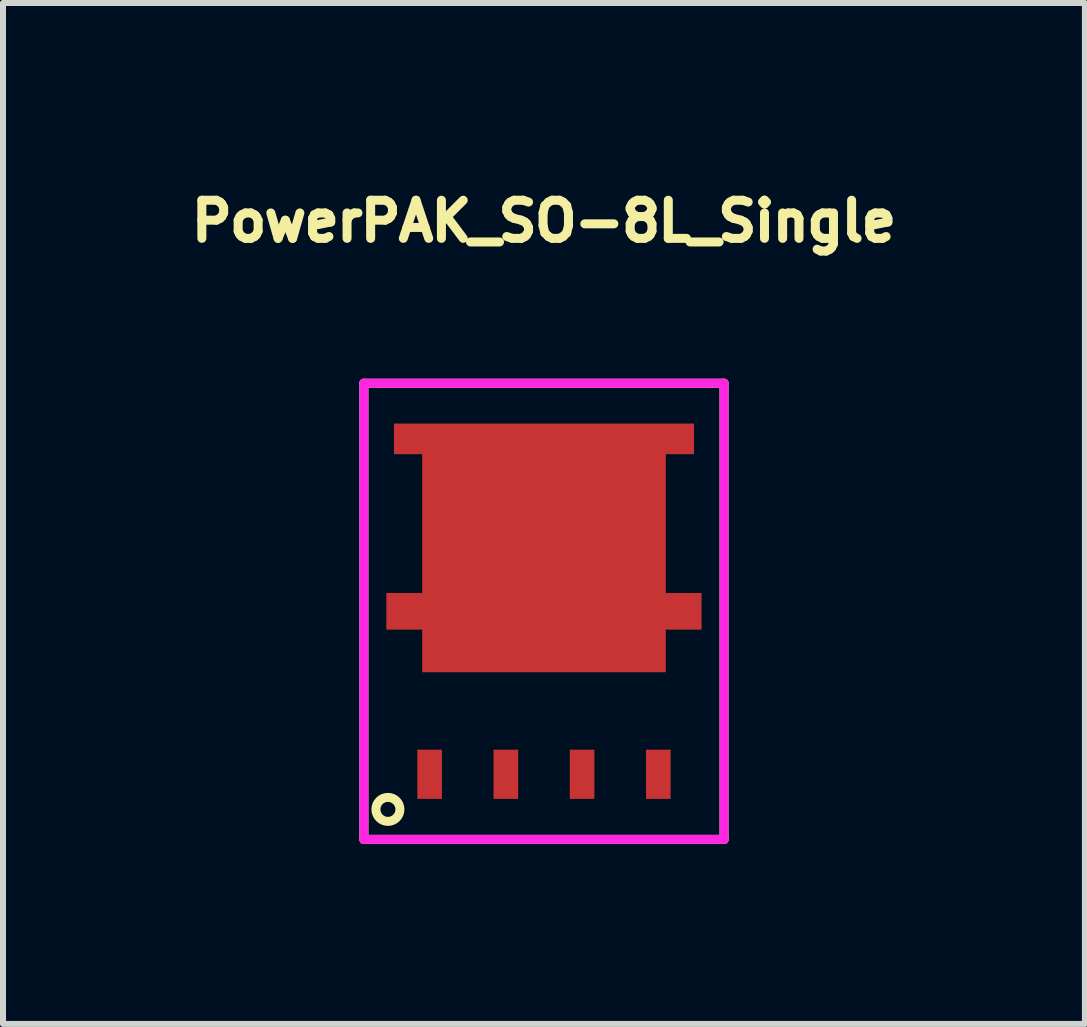
<source format=kicad_pcb>
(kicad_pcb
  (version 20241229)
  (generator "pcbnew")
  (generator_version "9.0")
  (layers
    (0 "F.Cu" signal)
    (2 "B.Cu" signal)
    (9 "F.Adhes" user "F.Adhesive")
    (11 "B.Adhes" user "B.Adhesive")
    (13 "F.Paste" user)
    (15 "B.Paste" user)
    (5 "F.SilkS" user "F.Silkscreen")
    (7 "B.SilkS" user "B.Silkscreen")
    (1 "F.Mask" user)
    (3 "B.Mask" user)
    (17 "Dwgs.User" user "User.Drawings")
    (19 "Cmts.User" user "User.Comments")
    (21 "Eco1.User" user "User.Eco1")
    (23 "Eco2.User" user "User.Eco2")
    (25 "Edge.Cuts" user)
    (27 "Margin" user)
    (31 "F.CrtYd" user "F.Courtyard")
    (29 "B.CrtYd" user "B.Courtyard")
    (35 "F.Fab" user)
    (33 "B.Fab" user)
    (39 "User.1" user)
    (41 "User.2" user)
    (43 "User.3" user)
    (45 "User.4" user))
  (footprint "PowerPAK_SO-8L_Single"
    (layer "F.Cu")
    (at 6.013 7.135)
    (property "Reference" "PowerPAK_SO-8L_Single" (at 0 -6.5 0) (layer "F.SilkS") (effects (font (size 0.635 0.635) (thickness 0.15))))
    (attr through_hole)
    (fp_line (start -3 -3.8) (end 3 -3.8) (stroke (width 0.15) (type solid)) (layer "F.SilkS"))
    (fp_line (start -3 3.8) (end -3 -3.8) (stroke (width 0.15) (type solid)) (layer "F.SilkS"))
    (fp_line (start 3 -3.8) (end 3 3.8) (stroke (width 0.15) (type solid)) (layer "F.SilkS"))
    (fp_line (start 3 3.8) (end -3 3.8) (stroke (width 0.15) (type solid)) (layer "F.SilkS"))
    (fp_circle (center -2.6 3.3) (end -2.4 3.3) (stroke (width 0.15) (type solid)) (fill no) (layer "F.SilkS"))
    (fp_line (start -3 -3.8) (end 3 -3.8) (stroke (width 0.15) (type solid)) (layer "F.CrtYd"))
    (fp_line (start -3 3.8) (end -3 -3.8) (stroke (width 0.15) (type solid)) (layer "F.CrtYd"))
    (fp_line (start 3 -3.8) (end 3 3.8) (stroke (width 0.15) (type solid)) (layer "F.CrtYd"))
    (fp_line (start 3 3.8) (end -3 3.8) (stroke (width 0.15) (type solid)) (layer "F.CrtYd"))
    (pad "1" smd rect (at -1.905 2.715) (size 0.41 0.82) (layers "F.Cu" "F.Mask" "F.Paste"))
    (pad "2" smd rect (at -0.635 2.715) (size 0.41 0.82) (layers "F.Cu" "F.Mask" "F.Paste"))
    (pad "3" smd rect (at 0.635 2.715) (size 0.41 0.82) (layers "F.Cu" "F.Mask" "F.Paste"))
    (pad "4" smd rect (at 1.905 2.715) (size 0.41 0.82) (layers "F.Cu" "F.Mask" "F.Paste"))
    (pad "5" smd custom (at 0 0) (size 0.41 0.82) (layers "F.Cu" "F.Mask" "F.Paste") (options (anchor rect)) (primitives (gr_poly (pts (xy -2.5 -3.128) (xy -2.5 -2.618) (xy -2.03 -2.618) (xy -2.03 -0.305) (xy -2.626 -0.305) (xy -2.626 0.305) (xy -2.03 0.305) (xy -2.03 1.015) (xy 2.03 1.015) (xy 2.03 0.305) (xy 2.626 0.305) (xy 2.626 -0.305) (xy 2.03 -0.305) (xy 2.03 -2.618) (xy 2.5 -2.618) (xy 2.5 -3.128)) (width 0) (fill yes)))))
  (gr_rect
    (start -3 -3)
    (end 15.025 14.01)
    (stroke (width 0.1) (type default))
    (fill no)
    (layer "Edge.Cuts")))
</source>
